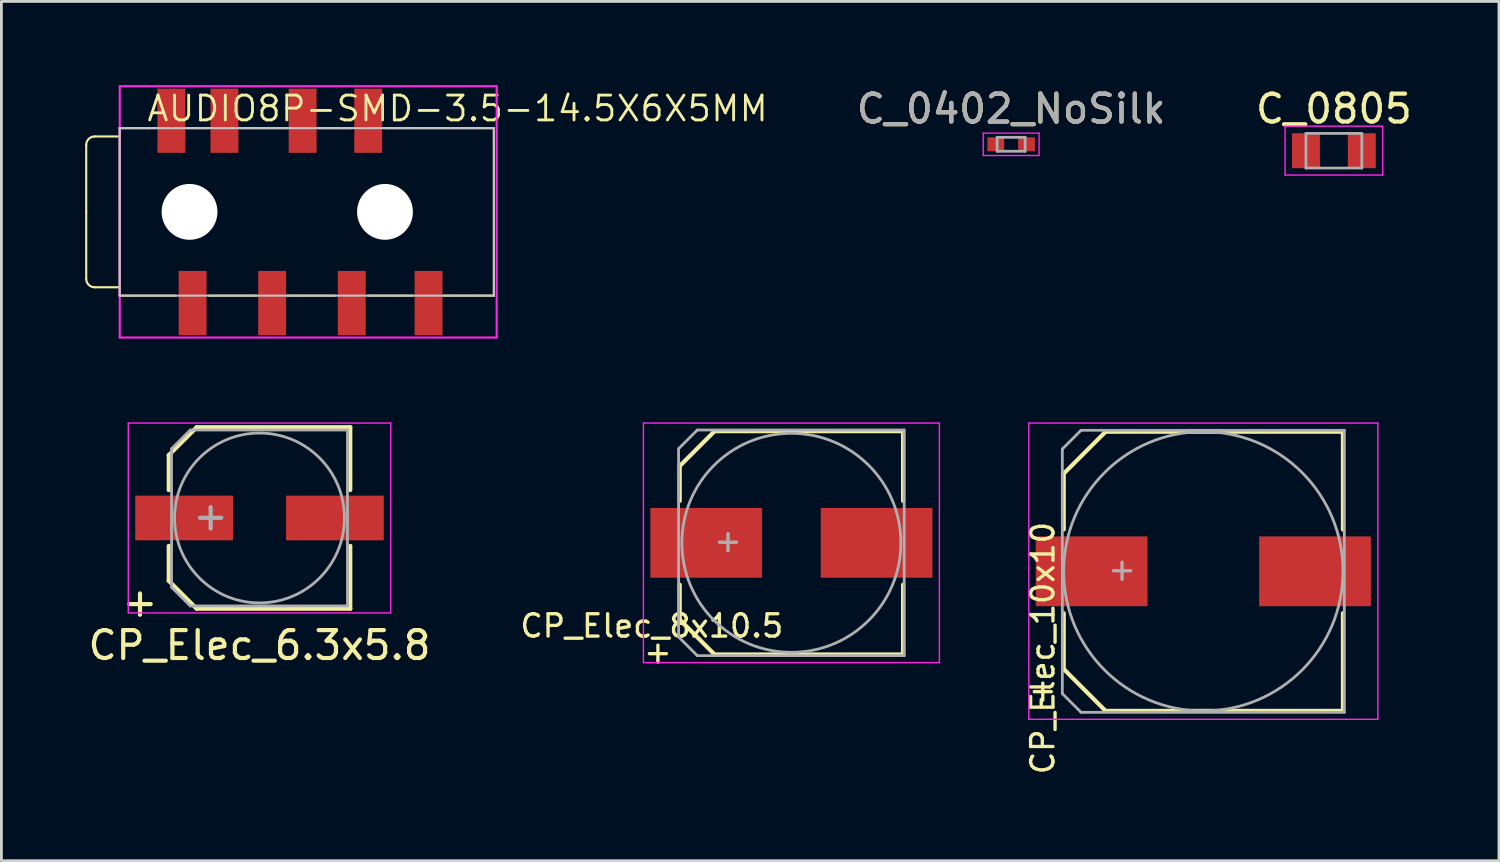
<source format=kicad_pcb>
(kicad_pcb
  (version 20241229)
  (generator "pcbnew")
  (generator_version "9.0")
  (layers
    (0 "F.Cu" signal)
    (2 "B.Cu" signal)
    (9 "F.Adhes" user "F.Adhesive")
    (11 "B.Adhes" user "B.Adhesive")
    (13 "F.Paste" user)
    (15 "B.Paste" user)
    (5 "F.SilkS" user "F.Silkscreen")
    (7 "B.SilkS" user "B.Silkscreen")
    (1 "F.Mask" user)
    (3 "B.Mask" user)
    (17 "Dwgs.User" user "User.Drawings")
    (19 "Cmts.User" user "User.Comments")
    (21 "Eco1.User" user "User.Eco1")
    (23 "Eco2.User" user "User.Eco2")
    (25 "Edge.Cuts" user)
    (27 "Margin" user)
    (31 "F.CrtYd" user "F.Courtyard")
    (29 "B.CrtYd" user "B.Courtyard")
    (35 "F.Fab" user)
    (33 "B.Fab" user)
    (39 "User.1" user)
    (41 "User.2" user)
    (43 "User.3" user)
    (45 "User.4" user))
  (footprint "CP_Elec_6.3x5.8"
    (layer "F.Cu")
    (at 6.244 15.501)
    (property "Reference" "CP_Elec_6.3x5.8" (at 0 4.56 0) (layer "F.SilkS") (effects (font (size 1 1) (thickness 0.15))))
    (attr smd)
    (fp_line (start -3.25 -2.25) (end -3.25 -1) (stroke (width 0.15) (type solid)) (layer "F.SilkS"))
    (fp_line (start -3.25 2.25) (end -3.25 1) (stroke (width 0.15) (type solid)) (layer "F.SilkS"))
    (fp_line (start -2.25 -3.25) (end -3.25 -2.25) (stroke (width 0.15) (type solid)) (layer "F.SilkS"))
    (fp_line (start -2.25 3.25) (end -3.25 2.25) (stroke (width 0.15) (type solid)) (layer "F.SilkS"))
    (fp_line (start 3.25 -3.25) (end -2.25 -3.25) (stroke (width 0.15) (type solid)) (layer "F.SilkS"))
    (fp_line (start 3.25 -1) (end 3.25 -3.25) (stroke (width 0.15) (type solid)) (layer "F.SilkS"))
    (fp_line (start 3.25 1) (end 3.25 3.25) (stroke (width 0.15) (type solid)) (layer "F.SilkS"))
    (fp_line (start 3.25 3.25) (end -2.25 3.25) (stroke (width 0.15) (type solid)) (layer "F.SilkS"))
    (fp_line (start -4.7 -3.4) (end -4.7 3.4) (stroke (width 0.05) (type solid)) (layer "F.CrtYd"))
    (fp_line (start -4.7 -3.4) (end 4.7 -3.4) (stroke (width 0.05) (type solid)) (layer "F.CrtYd"))
    (fp_line (start 4.7 3.4) (end -4.7 3.4) (stroke (width 0.05) (type solid)) (layer "F.CrtYd"))
    (fp_line (start 4.7 3.4) (end 4.7 -3.4) (stroke (width 0.05) (type solid)) (layer "F.CrtYd"))
    (fp_line (start -3.15 -2.48) (end -3.15 2.48) (stroke (width 0.1) (type solid)) (layer "F.Fab"))
    (fp_line (start -3.15 2.48) (end -2.48 3.15) (stroke (width 0.1) (type solid)) (layer "F.Fab"))
    (fp_line (start -2.48 -3.15) (end -3.15 -2.48) (stroke (width 0.1) (type solid)) (layer "F.Fab"))
    (fp_line (start -2.48 3.15) (end 3.15 3.15) (stroke (width 0.1) (type solid)) (layer "F.Fab"))
    (fp_line (start 3.15 -3.15) (end -2.48 -3.15) (stroke (width 0.1) (type solid)) (layer "F.Fab"))
    (fp_line (start 3.15 3.15) (end 3.15 -3.15) (stroke (width 0.1) (type solid)) (layer "F.Fab"))
    (fp_circle (center 0 0) (end 0.5 3) (stroke (width 0.1) (type solid)) (fill no) (layer "F.Fab"))
    (fp_text user "+" (at -4.28 3.01 0) (layer "F.SilkS") (effects (font (size 1 1) (thickness 0.15))))
    (fp_text user "+" (at -1.75 -0.08 0) (layer "F.Fab") (effects (font (size 1 1) (thickness 0.15))))
    (pad "1" smd rect (at -2.7 0 180) (size 3.5 1.6) (layers "F.Cu" "F.Mask" "F.Paste"))
    (pad "2" smd rect (at 2.7 0 180) (size 3.5 1.6) (layers "F.Cu" "F.Mask" "F.Paste")))
  (footprint "CP_Elec_10x10"
    (layer "F.Cu")
    (at 40.046 17.411)
    (property "Reference" "CP_Elec_10x10" (at -5.75 2.75 90) (layer "F.SilkS") (effects (font (size 0.8 0.8) (thickness 0.12))))
    (attr smd)
    (fp_line (start -5 -3.5) (end -5 -1.5) (stroke (width 0.15) (type solid)) (layer "F.SilkS"))
    (fp_line (start -5 3.5) (end -5 1.5) (stroke (width 0.15) (type solid)) (layer "F.SilkS"))
    (fp_line (start -3.5 -5) (end -5 -3.5) (stroke (width 0.15) (type solid)) (layer "F.SilkS"))
    (fp_line (start -3.5 5) (end -5 3.5) (stroke (width 0.15) (type solid)) (layer "F.SilkS"))
    (fp_line (start 5 -5) (end -3.5 -5) (stroke (width 0.15) (type solid)) (layer "F.SilkS"))
    (fp_line (start 5 -1.5) (end 5 -5) (stroke (width 0.15) (type solid)) (layer "F.SilkS"))
    (fp_line (start 5 1.5) (end 5 5) (stroke (width 0.15) (type solid)) (layer "F.SilkS"))
    (fp_line (start 5 5) (end -3.5 5) (stroke (width 0.15) (type solid)) (layer "F.SilkS"))
    (fp_line (start -6.25 -5.31) (end -6.25 5.3) (stroke (width 0.05) (type solid)) (layer "F.CrtYd"))
    (fp_line (start -6.25 -5.31) (end 6.25 -5.31) (stroke (width 0.05) (type solid)) (layer "F.CrtYd"))
    (fp_line (start 6.25 5.3) (end -6.25 5.3) (stroke (width 0.05) (type solid)) (layer "F.CrtYd"))
    (fp_line (start 6.25 5.3) (end 6.25 -5.31) (stroke (width 0.05) (type solid)) (layer "F.CrtYd"))
    (fp_line (start -5.05 -4.38) (end -5.05 4.38) (stroke (width 0.1) (type solid)) (layer "F.Fab"))
    (fp_line (start -5.05 4.38) (end -4.38 5.05) (stroke (width 0.1) (type solid)) (layer "F.Fab"))
    (fp_line (start -4.38 -5.05) (end -5.05 -4.38) (stroke (width 0.1) (type solid)) (layer "F.Fab"))
    (fp_line (start -4.38 5.05) (end 5.05 5.05) (stroke (width 0.1) (type solid)) (layer "F.Fab"))
    (fp_line (start 5.05 -5.05) (end -4.38 -5.05) (stroke (width 0.1) (type solid)) (layer "F.Fab"))
    (fp_line (start 5.05 5.05) (end 5.05 -5.05) (stroke (width 0.1) (type solid)) (layer "F.Fab"))
    (fp_circle (center 0 0) (end 0.1 5) (stroke (width 0.1) (type solid)) (fill no) (layer "F.Fab"))
    (fp_text user "+" (at -5.75 4.25 0) (layer "F.SilkS") (effects (font (size 0.8 0.8) (thickness 0.12))))
    (fp_text user "+" (at -2.91 -0.08 0) (layer "F.Fab") (effects (font (size 0.8 0.8) (thickness 0.12))))
    (pad "1" smd rect (at -4 0 180) (size 4 2.5) (layers "F.Cu" "F.Mask" "F.Paste"))
    (pad "2" smd rect (at 4 0 180) (size 4 2.5) (layers "F.Cu" "F.Mask" "F.Paste")))
  (footprint "AUDIO8P-SMD-3.5-14.5X6X5MM"
    (layer "F.Cu")
    (at 1.238 4.538)
    (property "Reference" "AUDIO8P-SMD-3.5-14.5X6X5MM" (at 12.1 -3.7 0) (layer "F.SilkS") (effects (font (size 0.889 0.889) (thickness 0.102))))
    (attr smd)
    (fp_line (start -1.2 0) (end -1.2 -2.4) (stroke (width 0.076) (type solid)) (layer "F.SilkS"))
    (fp_line (start -1.2 0) (end -1.2 2.4) (stroke (width 0.076) (type solid)) (layer "F.SilkS"))
    (fp_line (start -0.9 -2.7) (end 0 -2.7) (stroke (width 0.076) (type solid)) (layer "F.SilkS"))
    (fp_line (start -0.9 2.7) (end 0 2.7) (stroke (width 0.076) (type solid)) (layer "F.SilkS"))
    (fp_line (start 0 -3) (end 1.3 -3) (stroke (width 0.076) (type solid)) (layer "F.SilkS"))
    (fp_line (start 0 0) (end 0 -3) (stroke (width 0.076) (type solid)) (layer "F.SilkS"))
    (fp_line (start 0 0) (end 0 3) (stroke (width 0.076) (type solid)) (layer "F.SilkS"))
    (fp_line (start 0 3) (end 2 3) (stroke (width 0.076) (type solid)) (layer "F.SilkS"))
    (fp_line (start 2.4 -3) (end 3.2 -3) (stroke (width 0.076) (type solid)) (layer "F.SilkS"))
    (fp_line (start 3.2 3) (end 4.9 3) (stroke (width 0.076) (type solid)) (layer "F.SilkS"))
    (fp_line (start 4.3 -3) (end 6 -3) (stroke (width 0.076) (type solid)) (layer "F.SilkS"))
    (fp_line (start 6 3) (end 7.7 3) (stroke (width 0.076) (type solid)) (layer "F.SilkS"))
    (fp_line (start 7.1 -3) (end 8.3 -3) (stroke (width 0.076) (type solid)) (layer "F.SilkS"))
    (fp_line (start 8.9 3) (end 10.5 3) (stroke (width 0.076) (type solid)) (layer "F.SilkS"))
    (fp_line (start 9.5 -3) (end 13.4 -3) (stroke (width 0.076) (type solid)) (layer "F.SilkS"))
    (fp_line (start 11.6 3) (end 13.4 3) (stroke (width 0.076) (type solid)) (layer "F.SilkS"))
    (fp_line (start 13.4 3) (end 13.4 -3) (stroke (width 0.076) (type solid)) (layer "F.SilkS"))
    (fp_arc (start -1.2 -2.4) (mid -1.112132 -2.612132) (end -0.9 -2.7) (stroke (width 0.0762) (type solid)) (layer "F.SilkS"))
    (fp_arc (start -0.9 2.7) (mid -1.112132 2.612132) (end -1.2 2.4) (stroke (width 0.0762) (type solid)) (layer "F.SilkS"))
    (fp_line (start 0 -3) (end 13.4 -3) (stroke (width 0.076) (type solid)) (layer "Dwgs.User"))
    (fp_line (start 0 3) (end 0 -3) (stroke (width 0.076) (type solid)) (layer "Dwgs.User"))
    (fp_line (start 13.4 -3) (end 13.4 3) (stroke (width 0.076) (type solid)) (layer "Dwgs.User"))
    (fp_line (start 13.4 3) (end 0 3) (stroke (width 0.076) (type solid)) (layer "Dwgs.User"))
    (fp_line (start 0 -4.5) (end 13.5 -4.5) (stroke (width 0.076) (type solid)) (layer "F.CrtYd"))
    (fp_line (start 0 4.5) (end 0 -4.5) (stroke (width 0.076) (type solid)) (layer "F.CrtYd"))
    (fp_line (start 13.5 -4.5) (end 13.5 4.5) (stroke (width 0.076) (type solid)) (layer "F.CrtYd"))
    (fp_line (start 13.5 4.5) (end 0 4.5) (stroke (width 0.076) (type solid)) (layer "F.CrtYd"))
    (pad "" np_thru_hole circle (at 2.5 0 90) (size 2 2) (drill 2) (layers "*.Cu" "*.Mask"))
    (pad "" np_thru_hole circle (at 9.5 0 90) (size 2 2) (drill 2) (layers "*.Cu" "*.Mask"))
    (pad "1" smd rect (at 1.85 -3.265 90) (size 2.3 1) (layers "F.Cu" "F.Mask" "F.Paste"))
    (pad "2" smd rect (at 3.75 -3.265 90) (size 2.3 1) (layers "F.Cu" "F.Mask" "F.Paste"))
    (pad "3" smd rect (at 6.55 -3.265 90) (size 2.3 1) (layers "F.Cu" "F.Mask" "F.Paste"))
    (pad "4" smd rect (at 11.06 3.265 90) (size 2.3 1) (layers "F.Cu" "F.Mask" "F.Paste"))
    (pad "5" smd rect (at 2.61 3.265 90) (size 2.3 1) (layers "F.Cu" "F.Mask" "F.Paste"))
    (pad "6" smd rect (at 5.46 3.265 90) (size 2.3 1) (layers "F.Cu" "F.Mask" "F.Paste"))
    (pad "7" smd rect (at 8.31 3.265 90) (size 2.3 1) (layers "F.Cu" "F.Mask" "F.Paste"))
    (pad "8" smd rect (at 8.9 -3.265 90) (size 2.3 1) (layers "F.Cu" "F.Mask" "F.Paste")))
  (footprint "CP_Elec_8x10.5"
    (layer "F.Cu")
    (at 25.293 16.391)
    (property "Reference" "CP_Elec_8x10.5" (at -5 2.975 0) (layer "F.SilkS") (effects (font (size 0.8 0.8) (thickness 0.12))))
    (attr smd)
    (fp_line (start -4 -2.75) (end -4 -1.5) (stroke (width 0.15) (type solid)) (layer "F.SilkS"))
    (fp_line (start -4 2.75) (end -4 1.5) (stroke (width 0.15) (type solid)) (layer "F.SilkS"))
    (fp_line (start -2.75 -4) (end -4 -2.75) (stroke (width 0.15) (type solid)) (layer "F.SilkS"))
    (fp_line (start -2.75 4) (end -4 2.75) (stroke (width 0.15) (type solid)) (layer "F.SilkS"))
    (fp_line (start 4 -4) (end -2.75 -4) (stroke (width 0.15) (type solid)) (layer "F.SilkS"))
    (fp_line (start 4 -1.5) (end 4 -4) (stroke (width 0.15) (type solid)) (layer "F.SilkS"))
    (fp_line (start 4 1.5) (end 4 4) (stroke (width 0.15) (type solid)) (layer "F.SilkS"))
    (fp_line (start 4 4) (end -2.75 4) (stroke (width 0.15) (type solid)) (layer "F.SilkS"))
    (fp_line (start -5.3 -4.29) (end -5.3 4.29) (stroke (width 0.05) (type solid)) (layer "F.CrtYd"))
    (fp_line (start -5.3 -4.29) (end 5.3 -4.29) (stroke (width 0.05) (type solid)) (layer "F.CrtYd"))
    (fp_line (start 5.3 4.29) (end -5.3 4.29) (stroke (width 0.05) (type solid)) (layer "F.CrtYd"))
    (fp_line (start 5.3 4.29) (end 5.3 -4.29) (stroke (width 0.05) (type solid)) (layer "F.CrtYd"))
    (fp_line (start -4.04 -3.37) (end -4.04 3.37) (stroke (width 0.1) (type solid)) (layer "F.Fab"))
    (fp_line (start -4.04 3.37) (end -3.37 4.04) (stroke (width 0.1) (type solid)) (layer "F.Fab"))
    (fp_line (start -3.37 -4.04) (end -4.04 -3.37) (stroke (width 0.1) (type solid)) (layer "F.Fab"))
    (fp_line (start -3.37 4.04) (end 4.04 4.04) (stroke (width 0.1) (type solid)) (layer "F.Fab"))
    (fp_line (start 4.04 -4.04) (end -3.37 -4.04) (stroke (width 0.1) (type solid)) (layer "F.Fab"))
    (fp_line (start 4.04 4.04) (end 4.04 -4.04) (stroke (width 0.1) (type solid)) (layer "F.Fab"))
    (fp_circle (center 0 0) (end 1.3 3.7) (stroke (width 0.1) (type solid)) (fill no) (layer "F.Fab"))
    (fp_text user "+" (at -4.78 3.91 0) (layer "F.SilkS") (effects (font (size 0.8 0.8) (thickness 0.12))))
    (fp_text user "+" (at -2.27 -0.08 0) (layer "F.Fab") (effects (font (size 0.8 0.8) (thickness 0.12))))
    (pad "1" smd rect (at -3.05 0 180) (size 4 2.5) (layers "F.Cu" "F.Mask" "F.Paste"))
    (pad "2" smd rect (at 3.05 0 180) (size 4 2.5) (layers "F.Cu" "F.Mask" "F.Paste")))
  (footprint "C_0805"
    (layer "F.Cu")
    (at 44.722 2.348)
    (property "Reference" "C_0805" (at 0 -1.5 0) (layer "F.SilkS") (effects (font (size 1 1) (thickness 0.15))))
    (attr smd)
    (fp_line (start -1.75 -0.88) (end -1.75 0.87) (stroke (width 0.05) (type solid)) (layer "F.CrtYd"))
    (fp_line (start -1.75 -0.88) (end 1.75 -0.88) (stroke (width 0.05) (type solid)) (layer "F.CrtYd"))
    (fp_line (start 1.75 0.87) (end -1.75 0.87) (stroke (width 0.05) (type solid)) (layer "F.CrtYd"))
    (fp_line (start 1.75 0.87) (end 1.75 -0.88) (stroke (width 0.05) (type solid)) (layer "F.CrtYd"))
    (fp_line (start -1 -0.62) (end 1 -0.62) (stroke (width 0.1) (type solid)) (layer "F.Fab"))
    (fp_line (start -1 0.62) (end -1 -0.62) (stroke (width 0.1) (type solid)) (layer "F.Fab"))
    (fp_line (start 1 -0.62) (end 1 0.62) (stroke (width 0.1) (type solid)) (layer "F.Fab"))
    (fp_line (start 1 0.62) (end -1 0.62) (stroke (width 0.1) (type solid)) (layer "F.Fab"))
    (pad "1" smd rect (at -1 0) (size 1 1.25) (layers "F.Cu" "F.Mask" "F.Paste"))
    (pad "2" smd rect (at 1 0) (size 1 1.25) (layers "F.Cu" "F.Mask" "F.Paste")))
  (footprint "C_0402_NoSilk"
    (layer "F.Cu")
    (at 33.163 2.118)
    (property "Reference" "C_0402_NoSilk" (at 0 -1.27 0) (layer "F.SilkS") (effects (font (size 1 1) (thickness 0.15))))
    (attr smd)
    (fp_line (start -1 -0.4) (end -1 0.4) (stroke (width 0.05) (type solid)) (layer "F.CrtYd"))
    (fp_line (start -1 -0.4) (end 1 -0.4) (stroke (width 0.05) (type solid)) (layer "F.CrtYd"))
    (fp_line (start 1 0.4) (end -1 0.4) (stroke (width 0.05) (type solid)) (layer "F.CrtYd"))
    (fp_line (start 1 0.4) (end 1 -0.4) (stroke (width 0.05) (type solid)) (layer "F.CrtYd"))
    (fp_line (start -0.5 -0.25) (end 0.5 -0.25) (stroke (width 0.1) (type solid)) (layer "F.Fab"))
    (fp_line (start -0.5 0.25) (end -0.5 -0.25) (stroke (width 0.1) (type solid)) (layer "F.Fab"))
    (fp_line (start 0.5 -0.25) (end 0.5 0.25) (stroke (width 0.1) (type solid)) (layer "F.Fab"))
    (fp_line (start 0.5 0.25) (end -0.5 0.25) (stroke (width 0.1) (type solid)) (layer "F.Fab"))
    (fp_text user "${REFERENCE}" (at 0 -1.27 0) (layer "F.Fab") (effects (font (size 1 1) (thickness 0.15))))
    (pad "1" smd rect (at -0.55 0) (size 0.6 0.5) (layers "F.Cu" "F.Mask" "F.Paste"))
    (pad "2" smd rect (at 0.55 0) (size 0.6 0.5) (layers "F.Cu" "F.Mask" "F.Paste")))
  (gr_rect
    (start -3 -3)
    (end 50.633 27.775)
    (stroke (width 0.1) (type default))
    (fill no)
    (layer "Edge.Cuts")))
</source>
